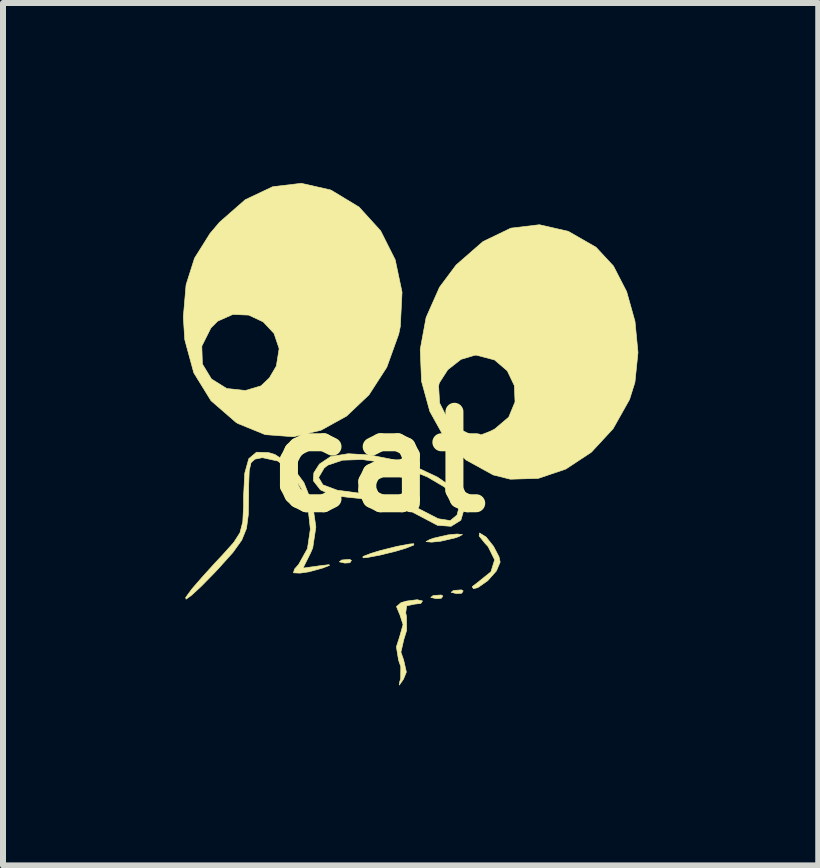
<source format=kicad_pcb>
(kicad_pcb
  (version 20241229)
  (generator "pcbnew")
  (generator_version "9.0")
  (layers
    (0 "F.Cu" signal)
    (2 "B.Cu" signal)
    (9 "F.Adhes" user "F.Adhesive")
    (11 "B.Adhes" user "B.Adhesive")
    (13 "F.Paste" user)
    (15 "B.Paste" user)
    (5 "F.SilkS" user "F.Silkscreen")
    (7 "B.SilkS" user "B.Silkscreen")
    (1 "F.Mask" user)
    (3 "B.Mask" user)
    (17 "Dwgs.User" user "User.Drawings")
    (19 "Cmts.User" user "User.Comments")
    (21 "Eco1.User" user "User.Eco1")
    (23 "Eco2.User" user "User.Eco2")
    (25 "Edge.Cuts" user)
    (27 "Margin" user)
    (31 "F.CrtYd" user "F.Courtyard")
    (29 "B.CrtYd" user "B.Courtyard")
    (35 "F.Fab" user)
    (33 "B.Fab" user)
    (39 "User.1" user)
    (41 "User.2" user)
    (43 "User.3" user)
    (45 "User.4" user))
  (footprint "cat"
    (layer "F.Cu")
    (at 3.253 4.647)
    (property "Reference" "cat" (at 0 0 0) (layer "F.SilkS") (effects (font (size 1.524 1.524) (thickness 0.3))))
    (attr through_hole)
    (fp_poly (pts (xy -0.446 1.642) (xy -0.472 1.681) (xy -0.557 1.687) (xy -0.648 1.666) (xy -0.609 1.635) (xy -0.476 1.625) (xy -0.446 1.642)) (stroke (width 0.01) (type solid)) (fill yes) (layer "F.SilkS"))
    (fp_poly (pts (xy 1.078 2.235) (xy 1.052 2.273) (xy 0.967 2.279) (xy 0.876 2.259) (xy 0.915 2.228) (xy 1.048 2.218) (xy 1.078 2.235)) (stroke (width 0.01) (type solid)) (fill yes) (layer "F.SilkS"))
    (fp_poly (pts (xy 1.416 2.15) (xy 1.391 2.189) (xy 1.305 2.195) (xy 1.215 2.174) (xy 1.254 2.143) (xy 1.386 2.133) (xy 1.416 2.15)) (stroke (width 0.01) (type solid)) (fill yes) (layer "F.SilkS"))
    (fp_poly (pts (xy 1.404 1.211) (xy 1.342 1.246) (xy 1.27 1.27) (xy 1.038 1.323) (xy 0.889 1.338) (xy 0.797 1.329) (xy 0.86 1.294) (xy 0.931 1.27) (xy 1.163 1.217) (xy 1.312 1.202) (xy 1.404 1.211)) (stroke (width 0.01) (type solid)) (fill yes) (layer "F.SilkS"))
    (fp_poly (pts (xy 0.593 1.386) (xy 0.459 1.439) (xy 0.296 1.488) (xy 0.029 1.554) (xy -0.184 1.594) (xy -0.254 1.599) (xy -0.254 1.577) (xy -0.121 1.525) (xy 0.042 1.476) (xy 0.31 1.409) (xy 0.523 1.369) (xy 0.593 1.364) (xy 0.593 1.386)) (stroke (width 0.01) (type solid)) (fill yes) (layer "F.SilkS"))
    (fp_poly (pts (xy 1.797 1.252) (xy 1.921 1.407) (xy 2.013 1.582) (xy 2.032 1.67) (xy 1.969 1.818) (xy 1.824 1.981) (xy 1.661 2.095) (xy 1.587 2.114) (xy 1.566 2.08) (xy 1.651 2.015) (xy 1.879 1.831) (xy 1.94 1.632) (xy 1.832 1.413) (xy 1.778 1.355) (xy 1.682 1.235) (xy 1.688 1.185) (xy 1.689 1.185) (xy 1.797 1.252)) (stroke (width 0.01) (type solid)) (fill yes) (layer "F.SilkS"))
    (fp_poly (pts (xy 0.738 2.318) (xy 0.71 2.359) (xy 0.605 2.371) (xy 0.474 2.399) (xy 0.458 2.516) (xy 0.471 2.574) (xy 0.474 2.808) (xy 0.428 2.955) (xy 0.378 3.171) (xy 0.424 3.303) (xy 0.469 3.503) (xy 0.421 3.621) (xy 0.352 3.72) (xy 0.356 3.672) (xy 0.374 3.613) (xy 0.376 3.413) (xy 0.338 3.301) (xy 0.303 3.082) (xy 0.355 2.92) (xy 0.414 2.712) (xy 0.359 2.541) (xy 0.355 2.535) (xy 0.304 2.412) (xy 0.38 2.346) (xy 0.47 2.32) (xy 0.649 2.297) (xy 0.738 2.318)) (stroke (width 0.01) (type solid)) (fill yes) (layer "F.SilkS"))
    (fp_poly (pts (xy -0.8 -4.533) (xy -0.78 -4.525) (xy -0.319 -4.246) (xy 0.04 -3.851) (xy 0.283 -3.368) (xy 0.397 -2.828) (xy 0.368 -2.256) (xy 0.342 -2.13) (xy 0.143 -1.577) (xy -0.154 -1.117) (xy -0.527 -0.763) (xy -0.954 -0.527) (xy -1.413 -0.419) (xy -1.882 -0.453) (xy -2.34 -0.64) (xy -2.375 -0.662) (xy -2.787 -1.02) (xy -3.073 -1.483) (xy -3.195 -1.929) (xy -2.94 -1.929) (xy -2.93 -1.63) (xy -2.779 -1.381) (xy -2.525 -1.223) (xy -2.214 -1.189) (xy -1.953 -1.267) (xy -1.813 -1.401) (xy -1.698 -1.597) (xy -1.651 -1.887) (xy -1.736 -2.14) (xy -1.917 -2.333) (xy -2.158 -2.446) (xy -2.422 -2.457) (xy -2.674 -2.346) (xy -2.788 -2.232) (xy -2.94 -1.929) (xy -3.195 -1.929) (xy -3.224 -2.037) (xy -3.248 -2.413) (xy -3.202 -2.951) (xy -3.061 -3.395) (xy -2.803 -3.806) (xy -2.644 -3.994) (xy -2.216 -4.369) (xy -1.757 -4.586) (xy -1.281 -4.642) (xy -0.8 -4.533)) (stroke (width 0.01) (type solid)) (fill yes) (layer "F.SilkS"))
    (fp_poly (pts (xy 3.167 -3.842) (xy 3.629 -3.577) (xy 3.92 -3.264) (xy 4.14 -2.837) (xy 4.279 -2.342) (xy 4.329 -1.823) (xy 4.278 -1.325) (xy 4.188 -1.039) (xy 3.914 -0.552) (xy 3.551 -0.16) (xy 3.126 0.12) (xy 2.668 0.275) (xy 2.202 0.289) (xy 1.917 0.218) (xy 1.462 -0.032) (xy 1.108 -0.394) (xy 0.86 -0.841) (xy 0.742 -1.27) (xy 1.006 -1.27) (xy 1.023 -0.98) (xy 1.16 -0.709) (xy 1.335 -0.556) (xy 1.54 -0.455) (xy 1.688 -0.44) (xy 1.864 -0.508) (xy 1.941 -0.547) (xy 2.175 -0.745) (xy 2.28 -0.999) (xy 2.269 -1.27) (xy 2.151 -1.517) (xy 1.938 -1.699) (xy 1.64 -1.777) (xy 1.612 -1.778) (xy 1.379 -1.708) (xy 1.159 -1.535) (xy 1.019 -1.318) (xy 1.006 -1.27) (xy 0.742 -1.27) (xy 0.722 -1.343) (xy 0.7 -1.874) (xy 0.798 -2.406) (xy 1.022 -2.911) (xy 1.298 -3.281) (xy 1.745 -3.671) (xy 2.21 -3.895) (xy 2.686 -3.952) (xy 3.167 -3.842)) (stroke (width 0.01) (type solid)) (fill yes) (layer "F.SilkS"))
    (fp_poly (pts (xy -0.139 -0.115) (xy 0.253 -0.036) (xy 0.64 0.091) (xy 0.987 0.254) (xy 1.257 0.442) (xy 1.414 0.645) (xy 1.439 0.76) (xy 1.377 0.972) (xy 1.214 1.074) (xy 0.986 1.057) (xy 0.762 0.938) (xy 0.423 0.761) (xy -0.012 0.639) (xy -0.474 0.593) (xy -0.481 0.593) (xy -0.761 0.559) (xy -0.956 0.47) (xy -0.968 0.46) (xy -1.081 0.315) (xy -1.078 0.261) (xy -0.994 0.261) (xy -0.921 0.383) (xy -0.683 0.472) (xy -0.28 0.526) (xy -0.258 0.527) (xy 0.18 0.585) (xy 0.523 0.699) (xy 0.693 0.79) (xy 0.999 0.947) (xy 1.201 0.979) (xy 1.313 0.886) (xy 1.338 0.791) (xy 1.287 0.601) (xy 1.101 0.417) (xy 0.817 0.25) (xy 0.47 0.111) (xy 0.096 0.011) (xy -0.271 -0.039) (xy -0.595 -0.028) (xy -0.84 0.055) (xy -0.901 0.103) (xy -0.994 0.261) (xy -1.078 0.261) (xy -1.073 0.183) (xy -0.98 0.037) (xy -0.792 -0.089) (xy -0.5 -0.136) (xy -0.139 -0.115)) (stroke (width 0.01) (type solid)) (fill yes) (layer "F.SilkS"))
    (fp_poly (pts (xy -1.828 -0.155) (xy -1.722 -0.123) (xy -1.453 0.054) (xy -1.238 0.346) (xy -1.094 0.706) (xy -1.039 1.085) (xy -1.091 1.432) (xy -1.126 1.515) (xy -1.253 1.77) (xy -0.986 1.733) (xy -0.82 1.713) (xy -0.811 1.725) (xy -0.931 1.771) (xy -1.158 1.833) (xy -1.304 1.854) (xy -1.413 1.849) (xy -1.394 1.786) (xy -1.326 1.709) (xy -1.179 1.445) (xy -1.131 1.121) (xy -1.169 0.777) (xy -1.28 0.448) (xy -1.452 0.172) (xy -1.671 -0.013) (xy -1.924 -0.069) (xy -1.942 -0.068) (xy -2.055 -0.045) (xy -2.12 0.014) (xy -2.15 0.15) (xy -2.159 0.4) (xy -2.159 0.55) (xy -2.164 0.873) (xy -2.195 1.108) (xy -2.274 1.303) (xy -2.421 1.509) (xy -2.66 1.775) (xy -2.734 1.854) (xy -2.949 2.073) (xy -3.11 2.222) (xy -3.202 2.288) (xy -3.209 2.261) (xy -3.113 2.129) (xy -3.085 2.095) (xy -2.938 1.926) (xy -2.73 1.696) (xy -2.585 1.541) (xy -2.406 1.341) (xy -2.304 1.181) (xy -2.257 1) (xy -2.244 0.737) (xy -2.244 0.577) (xy -2.224 0.188) (xy -2.157 -0.053) (xy -2.029 -0.161) (xy -1.828 -0.155)) (stroke (width 0.01) (type solid)) (fill yes) (layer "F.SilkS")))
  (gr_rect
    (start -3 -3)
    (end 10.586 11.372)
    (stroke (width 0.1) (type default))
    (fill no)
    (layer "Edge.Cuts")))
</source>
